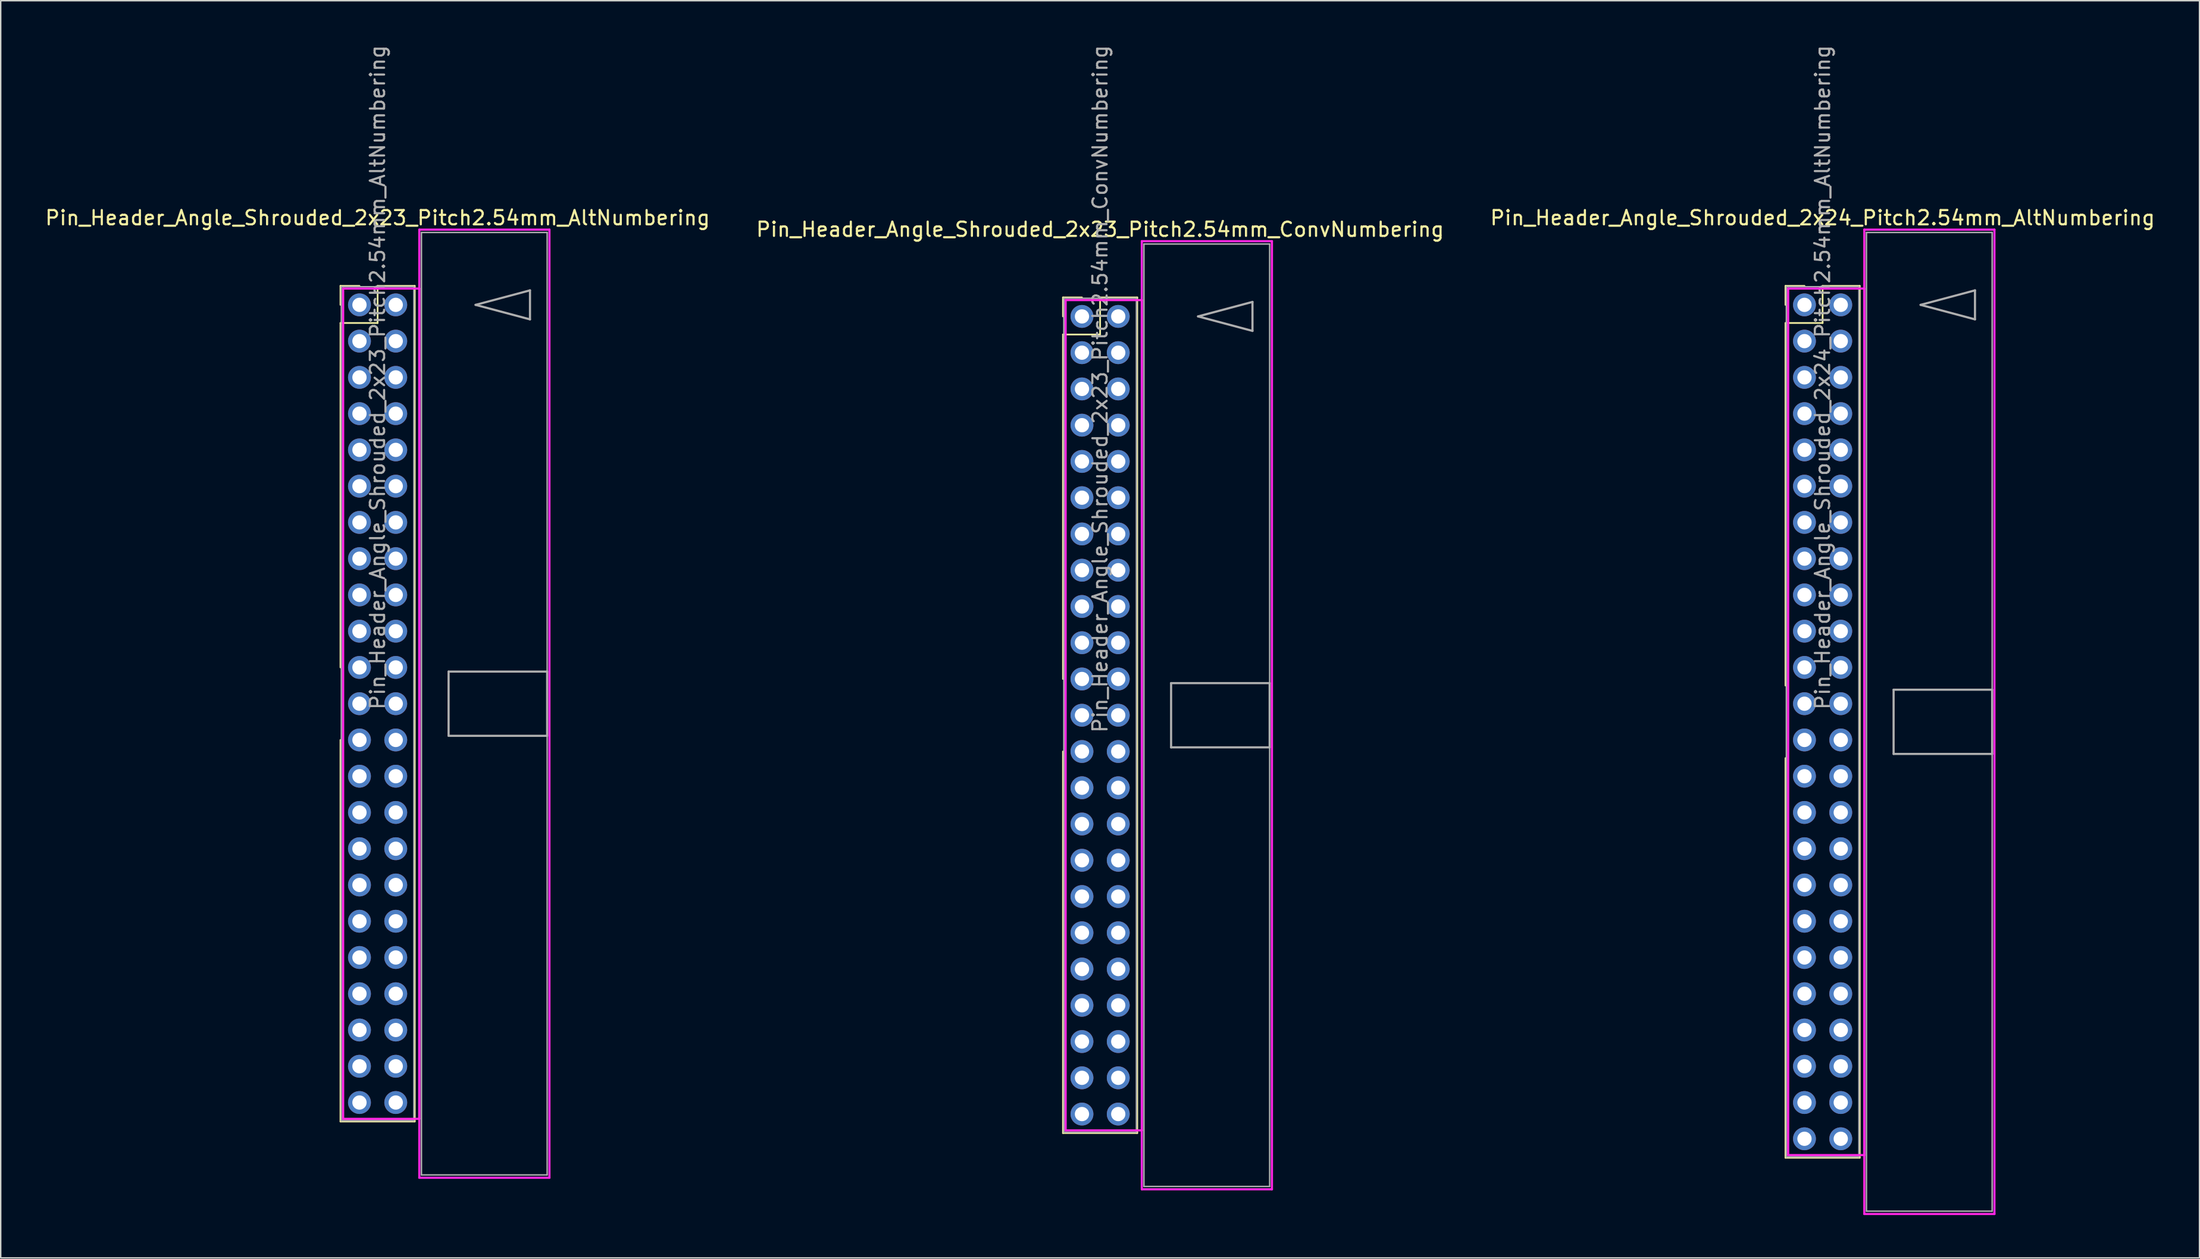
<source format=kicad_pcb>
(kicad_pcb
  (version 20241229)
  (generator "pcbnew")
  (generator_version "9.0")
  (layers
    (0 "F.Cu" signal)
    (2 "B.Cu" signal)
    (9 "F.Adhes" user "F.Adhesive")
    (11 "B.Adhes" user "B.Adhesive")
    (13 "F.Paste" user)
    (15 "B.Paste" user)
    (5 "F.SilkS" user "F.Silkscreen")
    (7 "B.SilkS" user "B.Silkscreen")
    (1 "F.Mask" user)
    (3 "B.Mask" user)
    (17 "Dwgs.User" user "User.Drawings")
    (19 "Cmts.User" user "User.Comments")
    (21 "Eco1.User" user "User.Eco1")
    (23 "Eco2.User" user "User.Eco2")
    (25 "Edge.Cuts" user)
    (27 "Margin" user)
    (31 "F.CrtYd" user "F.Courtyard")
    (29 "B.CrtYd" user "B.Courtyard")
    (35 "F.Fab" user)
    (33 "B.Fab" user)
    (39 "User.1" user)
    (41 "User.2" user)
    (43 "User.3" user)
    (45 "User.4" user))
  (footprint "Pin_Header_Angle_Shrouded_2x24_Pitch2.54mm_AltNumbering"
    (layer "F.Cu")
    (at 123.284 18.307)
    (property "Reference" "Pin_Header_Angle_Shrouded_2x24_Pitch2.54mm_AltNumbering" (at 1.27 -6.096 0) (layer "F.SilkS") (effects (font (size 1 1) (thickness 0.15))))
    (attr through_hole)
    (fp_line (start -1.33 -1.33) (end 0 -1.33) (stroke (width 0.12) (type solid)) (layer "F.SilkS"))
    (fp_line (start -1.33 0) (end -1.33 -1.33) (stroke (width 0.12) (type solid)) (layer "F.SilkS"))
    (fp_line (start -1.33 1.27) (end -1.33 26.67) (stroke (width 0.12) (type solid)) (layer "F.SilkS"))
    (fp_line (start -1.33 1.27) (end 1.27 1.27) (stroke (width 0.12) (type solid)) (layer "F.SilkS"))
    (fp_line (start -1.33 31.75) (end -1.33 59.75) (stroke (width 0.12) (type solid)) (layer "F.SilkS"))
    (fp_line (start -1.33 59.75) (end 3.87 59.75) (stroke (width 0.12) (type solid)) (layer "F.SilkS"))
    (fp_line (start 1.27 -1.33) (end 3.87 -1.33) (stroke (width 0.12) (type solid)) (layer "F.SilkS"))
    (fp_line (start 1.27 1.27) (end 1.27 -1.33) (stroke (width 0.12) (type solid)) (layer "F.SilkS"))
    (fp_line (start 3.87 -1.33) (end 3.87 59.75) (stroke (width 0.12) (type solid)) (layer "F.SilkS"))
    (fp_line (start -1.143 -1.143) (end -1.143 59.563) (stroke (width 0.15) (type solid)) (layer "F.CrtYd"))
    (fp_line (start -1.143 59.563) (end 4.19 59.563) (stroke (width 0.15) (type solid)) (layer "F.CrtYd"))
    (fp_line (start 4.19 -5.27) (end 4.19 63.69) (stroke (width 0.15) (type solid)) (layer "F.CrtYd"))
    (fp_line (start 4.19 -1.143) (end -1.143 -1.143) (stroke (width 0.15) (type solid)) (layer "F.CrtYd"))
    (fp_line (start 4.19 59.563) (end 4.19 -1.143) (stroke (width 0.15) (type solid)) (layer "F.CrtYd"))
    (fp_line (start 4.19 63.69) (end 13.3 63.69) (stroke (width 0.15) (type solid)) (layer "F.CrtYd"))
    (fp_line (start 13.3 -5.27) (end 4.19 -5.27) (stroke (width 0.15) (type solid)) (layer "F.CrtYd"))
    (fp_line (start 13.3 63.69) (end 13.3 -5.27) (stroke (width 0.15) (type solid)) (layer "F.CrtYd"))
    (fp_line (start -1.27 -1.27) (end -1.27 59.69) (stroke (width 0.1) (type solid)) (layer "F.Fab"))
    (fp_line (start -1.27 59.69) (end 3.81 59.69) (stroke (width 0.1) (type solid)) (layer "F.Fab"))
    (fp_line (start 3.81 -1.27) (end -1.27 -1.27) (stroke (width 0.1) (type solid)) (layer "F.Fab"))
    (fp_line (start 3.81 59.69) (end 3.81 -1.27) (stroke (width 0.1) (type solid)) (layer "F.Fab"))
    (fp_line (start 4.34 -5.07) (end 4.34 63.49) (stroke (width 0.1) (type solid)) (layer "F.Fab"))
    (fp_line (start 4.34 63.49) (end 13.14 63.49) (stroke (width 0.1) (type solid)) (layer "F.Fab"))
    (fp_line (start 6.24 26.96) (end 6.24 31.46) (stroke (width 0.15) (type solid)) (layer "F.Fab"))
    (fp_line (start 6.24 31.46) (end 13.14 31.46) (stroke (width 0.15) (type solid)) (layer "F.Fab"))
    (fp_line (start 8.128 0) (end 11.938 -1.016) (stroke (width 0.15) (type solid)) (layer "F.Fab"))
    (fp_line (start 11.938 -1.016) (end 11.938 1.016) (stroke (width 0.15) (type solid)) (layer "F.Fab"))
    (fp_line (start 11.938 1.016) (end 8.128 0) (stroke (width 0.15) (type solid)) (layer "F.Fab"))
    (fp_line (start 13.14 -5.07) (end 4.34 -5.07) (stroke (width 0.1) (type solid)) (layer "F.Fab"))
    (fp_line (start 13.14 26.96) (end 6.24 26.96) (stroke (width 0.15) (type solid)) (layer "F.Fab"))
    (fp_line (start 13.14 31.46) (end 13.14 26.96) (stroke (width 0.15) (type solid)) (layer "F.Fab"))
    (fp_line (start 13.14 63.49) (end 13.14 -5.07) (stroke (width 0.1) (type solid)) (layer "F.Fab"))
    (fp_text user "${REFERENCE}" (at 1.27 5.08 90) (layer "F.Fab") (effects (font (size 1 1) (thickness 0.15))))
    (pad "1" thru_hole oval (at 0 0) (size 1.6 1.6) (drill 1) (layers "*.Cu" "*.Mask"))
    (pad "2" thru_hole oval (at 0 2.54) (size 1.6 1.6) (drill 1) (layers "*.Cu" "*.Mask"))
    (pad "3" thru_hole oval (at 0 5.08) (size 1.6 1.6) (drill 1) (layers "*.Cu" "*.Mask"))
    (pad "4" thru_hole oval (at 0 7.62) (size 1.6 1.6) (drill 1) (layers "*.Cu" "*.Mask"))
    (pad "5" thru_hole oval (at 0 10.16) (size 1.6 1.6) (drill 1) (layers "*.Cu" "*.Mask"))
    (pad "6" thru_hole oval (at 0 12.7) (size 1.6 1.6) (drill 1) (layers "*.Cu" "*.Mask"))
    (pad "7" thru_hole oval (at 0 15.24) (size 1.6 1.6) (drill 1) (layers "*.Cu" "*.Mask"))
    (pad "8" thru_hole oval (at 0 17.78) (size 1.6 1.6) (drill 1) (layers "*.Cu" "*.Mask"))
    (pad "9" thru_hole oval (at 0 20.32) (size 1.6 1.6) (drill 1) (layers "*.Cu" "*.Mask"))
    (pad "10" thru_hole oval (at 0 22.86) (size 1.6 1.6) (drill 1) (layers "*.Cu" "*.Mask"))
    (pad "11" thru_hole oval (at 0 25.4) (size 1.6 1.6) (drill 1) (layers "*.Cu" "*.Mask"))
    (pad "12" thru_hole oval (at 0 27.94) (size 1.6 1.6) (drill 1) (layers "*.Cu" "*.Mask"))
    (pad "13" thru_hole oval (at 0 30.48) (size 1.6 1.6) (drill 1) (layers "*.Cu" "*.Mask"))
    (pad "14" thru_hole oval (at 0 33.02) (size 1.6 1.6) (drill 1) (layers "*.Cu" "*.Mask"))
    (pad "15" thru_hole oval (at 0 35.56) (size 1.6 1.6) (drill 1) (layers "*.Cu" "*.Mask"))
    (pad "16" thru_hole oval (at 0 38.1) (size 1.6 1.6) (drill 1) (layers "*.Cu" "*.Mask"))
    (pad "17" thru_hole oval (at 0 40.64) (size 1.6 1.6) (drill 1) (layers "*.Cu" "*.Mask"))
    (pad "18" thru_hole oval (at 0 43.18) (size 1.6 1.6) (drill 1) (layers "*.Cu" "*.Mask"))
    (pad "19" thru_hole oval (at 0 45.72) (size 1.6 1.6) (drill 1) (layers "*.Cu" "*.Mask"))
    (pad "20" thru_hole oval (at 0 48.26) (size 1.6 1.6) (drill 1) (layers "*.Cu" "*.Mask"))
    (pad "21" thru_hole oval (at 0 50.8) (size 1.6 1.6) (drill 1) (layers "*.Cu" "*.Mask"))
    (pad "22" thru_hole oval (at 0 53.34) (size 1.6 1.6) (drill 1) (layers "*.Cu" "*.Mask"))
    (pad "23" thru_hole oval (at 0 55.88) (size 1.6 1.6) (drill 1) (layers "*.Cu" "*.Mask"))
    (pad "24" thru_hole oval (at 0 58.42) (size 1.6 1.6) (drill 1) (layers "*.Cu" "*.Mask"))
    (pad "25" thru_hole oval (at 2.54 0) (size 1.6 1.6) (drill 1) (layers "*.Cu" "*.Mask"))
    (pad "26" thru_hole oval (at 2.54 2.54) (size 1.6 1.6) (drill 1) (layers "*.Cu" "*.Mask"))
    (pad "27" thru_hole oval (at 2.54 5.08) (size 1.6 1.6) (drill 1) (layers "*.Cu" "*.Mask"))
    (pad "28" thru_hole oval (at 2.54 7.62) (size 1.6 1.6) (drill 1) (layers "*.Cu" "*.Mask"))
    (pad "29" thru_hole oval (at 2.54 10.16) (size 1.6 1.6) (drill 1) (layers "*.Cu" "*.Mask"))
    (pad "30" thru_hole oval (at 2.54 12.7) (size 1.6 1.6) (drill 1) (layers "*.Cu" "*.Mask"))
    (pad "31" thru_hole oval (at 2.54 15.24) (size 1.6 1.6) (drill 1) (layers "*.Cu" "*.Mask"))
    (pad "32" thru_hole oval (at 2.54 17.78) (size 1.6 1.6) (drill 1) (layers "*.Cu" "*.Mask"))
    (pad "33" thru_hole oval (at 2.54 20.32) (size 1.6 1.6) (drill 1) (layers "*.Cu" "*.Mask"))
    (pad "34" thru_hole oval (at 2.54 22.86) (size 1.6 1.6) (drill 1) (layers "*.Cu" "*.Mask"))
    (pad "35" thru_hole oval (at 2.54 25.4) (size 1.6 1.6) (drill 1) (layers "*.Cu" "*.Mask"))
    (pad "36" thru_hole oval (at 2.54 27.94) (size 1.6 1.6) (drill 1) (layers "*.Cu" "*.Mask"))
    (pad "37" thru_hole oval (at 2.54 30.48) (size 1.6 1.6) (drill 1) (layers "*.Cu" "*.Mask"))
    (pad "38" thru_hole oval (at 2.54 33.02) (size 1.6 1.6) (drill 1) (layers "*.Cu" "*.Mask"))
    (pad "39" thru_hole oval (at 2.54 35.56) (size 1.6 1.6) (drill 1) (layers "*.Cu" "*.Mask"))
    (pad "40" thru_hole oval (at 2.54 38.1) (size 1.6 1.6) (drill 1) (layers "*.Cu" "*.Mask"))
    (pad "41" thru_hole oval (at 2.54 40.64) (size 1.6 1.6) (drill 1) (layers "*.Cu" "*.Mask"))
    (pad "42" thru_hole oval (at 2.54 43.18) (size 1.6 1.6) (drill 1) (layers "*.Cu" "*.Mask"))
    (pad "43" thru_hole oval (at 2.54 45.72) (size 1.6 1.6) (drill 1) (layers "*.Cu" "*.Mask"))
    (pad "44" thru_hole oval (at 2.54 48.26) (size 1.6 1.6) (drill 1) (layers "*.Cu" "*.Mask"))
    (pad "45" thru_hole oval (at 2.54 50.8) (size 1.6 1.6) (drill 1) (layers "*.Cu" "*.Mask"))
    (pad "46" thru_hole oval (at 2.54 53.34) (size 1.6 1.6) (drill 1) (layers "*.Cu" "*.Mask"))
    (pad "47" thru_hole oval (at 2.54 55.88) (size 1.6 1.6) (drill 1) (layers "*.Cu" "*.Mask"))
    (pad "48" thru_hole oval (at 2.54 58.42) (size 1.6 1.6) (drill 1) (layers "*.Cu" "*.Mask")))
  (footprint "Pin_Header_Angle_Shrouded_2x23_Pitch2.54mm_AltNumbering"
    (layer "F.Cu")
    (at 22.117 18.307)
    (property "Reference" "Pin_Header_Angle_Shrouded_2x23_Pitch2.54mm_AltNumbering" (at 1.27 -6.096 0) (layer "F.SilkS") (effects (font (size 1 1) (thickness 0.15))))
    (attr through_hole)
    (fp_line (start -1.33 -1.33) (end 0 -1.33) (stroke (width 0.12) (type solid)) (layer "F.SilkS"))
    (fp_line (start -1.33 0) (end -1.33 -1.33) (stroke (width 0.12) (type solid)) (layer "F.SilkS"))
    (fp_line (start -1.33 1.27) (end -1.33 25.4) (stroke (width 0.12) (type solid)) (layer "F.SilkS"))
    (fp_line (start -1.33 1.27) (end 1.27 1.27) (stroke (width 0.12) (type solid)) (layer "F.SilkS"))
    (fp_line (start -1.33 30.48) (end -1.33 57.21) (stroke (width 0.12) (type solid)) (layer "F.SilkS"))
    (fp_line (start -1.33 57.21) (end 3.87 57.21) (stroke (width 0.12) (type solid)) (layer "F.SilkS"))
    (fp_line (start 1.27 -1.33) (end 3.87 -1.33) (stroke (width 0.12) (type solid)) (layer "F.SilkS"))
    (fp_line (start 1.27 1.27) (end 1.27 -1.33) (stroke (width 0.12) (type solid)) (layer "F.SilkS"))
    (fp_line (start 3.87 -1.33) (end 3.87 57.21) (stroke (width 0.12) (type solid)) (layer "F.SilkS"))
    (fp_line (start -1.143 -1.143) (end -1.143 57.023) (stroke (width 0.15) (type solid)) (layer "F.CrtYd"))
    (fp_line (start -1.143 57.023) (end 4.19 57.023) (stroke (width 0.15) (type solid)) (layer "F.CrtYd"))
    (fp_line (start 4.19 -5.27) (end 4.19 61.15) (stroke (width 0.15) (type solid)) (layer "F.CrtYd"))
    (fp_line (start 4.19 -1.143) (end -1.143 -1.143) (stroke (width 0.15) (type solid)) (layer "F.CrtYd"))
    (fp_line (start 4.19 57.023) (end 4.19 -1.143) (stroke (width 0.15) (type solid)) (layer "F.CrtYd"))
    (fp_line (start 4.19 61.15) (end 13.3 61.15) (stroke (width 0.15) (type solid)) (layer "F.CrtYd"))
    (fp_line (start 13.3 -5.27) (end 4.19 -5.27) (stroke (width 0.15) (type solid)) (layer "F.CrtYd"))
    (fp_line (start 13.3 61.15) (end 13.3 -5.27) (stroke (width 0.15) (type solid)) (layer "F.CrtYd"))
    (fp_line (start -1.27 -1.27) (end -1.27 57.15) (stroke (width 0.1) (type solid)) (layer "F.Fab"))
    (fp_line (start -1.27 57.15) (end 3.81 57.15) (stroke (width 0.1) (type solid)) (layer "F.Fab"))
    (fp_line (start 3.81 -1.27) (end -1.27 -1.27) (stroke (width 0.1) (type solid)) (layer "F.Fab"))
    (fp_line (start 3.81 57.15) (end 3.81 -1.27) (stroke (width 0.1) (type solid)) (layer "F.Fab"))
    (fp_line (start 4.34 -5.07) (end 4.34 60.95) (stroke (width 0.1) (type solid)) (layer "F.Fab"))
    (fp_line (start 4.34 60.95) (end 13.14 60.95) (stroke (width 0.1) (type solid)) (layer "F.Fab"))
    (fp_line (start 6.24 25.69) (end 6.24 30.19) (stroke (width 0.15) (type solid)) (layer "F.Fab"))
    (fp_line (start 6.24 30.19) (end 13.14 30.19) (stroke (width 0.15) (type solid)) (layer "F.Fab"))
    (fp_line (start 8.128 0) (end 11.938 -1.016) (stroke (width 0.15) (type solid)) (layer "F.Fab"))
    (fp_line (start 11.938 -1.016) (end 11.938 1.016) (stroke (width 0.15) (type solid)) (layer "F.Fab"))
    (fp_line (start 11.938 1.016) (end 8.128 0) (stroke (width 0.15) (type solid)) (layer "F.Fab"))
    (fp_line (start 13.14 -5.07) (end 4.34 -5.07) (stroke (width 0.1) (type solid)) (layer "F.Fab"))
    (fp_line (start 13.14 25.69) (end 6.24 25.69) (stroke (width 0.15) (type solid)) (layer "F.Fab"))
    (fp_line (start 13.14 30.19) (end 13.14 25.69) (stroke (width 0.15) (type solid)) (layer "F.Fab"))
    (fp_line (start 13.14 60.95) (end 13.14 -5.07) (stroke (width 0.1) (type solid)) (layer "F.Fab"))
    (fp_text user "${REFERENCE}" (at 1.27 5.08 90) (layer "F.Fab") (effects (font (size 1 1) (thickness 0.15))))
    (pad "1" thru_hole oval (at 0 0) (size 1.6 1.6) (drill 1) (layers "*.Cu" "*.Mask"))
    (pad "2" thru_hole oval (at 0 2.54) (size 1.6 1.6) (drill 1) (layers "*.Cu" "*.Mask"))
    (pad "3" thru_hole oval (at 0 5.08) (size 1.6 1.6) (drill 1) (layers "*.Cu" "*.Mask"))
    (pad "4" thru_hole oval (at 0 7.62) (size 1.6 1.6) (drill 1) (layers "*.Cu" "*.Mask"))
    (pad "5" thru_hole oval (at 0 10.16) (size 1.6 1.6) (drill 1) (layers "*.Cu" "*.Mask"))
    (pad "6" thru_hole oval (at 0 12.7) (size 1.6 1.6) (drill 1) (layers "*.Cu" "*.Mask"))
    (pad "7" thru_hole oval (at 0 15.24) (size 1.6 1.6) (drill 1) (layers "*.Cu" "*.Mask"))
    (pad "8" thru_hole oval (at 0 17.78) (size 1.6 1.6) (drill 1) (layers "*.Cu" "*.Mask"))
    (pad "9" thru_hole oval (at 0 20.32) (size 1.6 1.6) (drill 1) (layers "*.Cu" "*.Mask"))
    (pad "10" thru_hole oval (at 0 22.86) (size 1.6 1.6) (drill 1) (layers "*.Cu" "*.Mask"))
    (pad "11" thru_hole oval (at 0 25.4) (size 1.6 1.6) (drill 1) (layers "*.Cu" "*.Mask"))
    (pad "12" thru_hole oval (at 0 27.94) (size 1.6 1.6) (drill 1) (layers "*.Cu" "*.Mask"))
    (pad "13" thru_hole oval (at 0 30.48) (size 1.6 1.6) (drill 1) (layers "*.Cu" "*.Mask"))
    (pad "14" thru_hole oval (at 0 33.02) (size 1.6 1.6) (drill 1) (layers "*.Cu" "*.Mask"))
    (pad "15" thru_hole oval (at 0 35.56) (size 1.6 1.6) (drill 1) (layers "*.Cu" "*.Mask"))
    (pad "16" thru_hole oval (at 0 38.1) (size 1.6 1.6) (drill 1) (layers "*.Cu" "*.Mask"))
    (pad "17" thru_hole oval (at 0 40.64) (size 1.6 1.6) (drill 1) (layers "*.Cu" "*.Mask"))
    (pad "18" thru_hole oval (at 0 43.18) (size 1.6 1.6) (drill 1) (layers "*.Cu" "*.Mask"))
    (pad "19" thru_hole oval (at 0 45.72) (size 1.6 1.6) (drill 1) (layers "*.Cu" "*.Mask"))
    (pad "20" thru_hole oval (at 0 48.26) (size 1.6 1.6) (drill 1) (layers "*.Cu" "*.Mask"))
    (pad "21" thru_hole oval (at 0 50.8) (size 1.6 1.6) (drill 1) (layers "*.Cu" "*.Mask"))
    (pad "22" thru_hole oval (at 0 53.34) (size 1.6 1.6) (drill 1) (layers "*.Cu" "*.Mask"))
    (pad "23" thru_hole oval (at 0 55.88) (size 1.6 1.6) (drill 1) (layers "*.Cu" "*.Mask"))
    (pad "24" thru_hole oval (at 2.54 0) (size 1.6 1.6) (drill 1) (layers "*.Cu" "*.Mask"))
    (pad "25" thru_hole oval (at 2.54 2.54) (size 1.6 1.6) (drill 1) (layers "*.Cu" "*.Mask"))
    (pad "26" thru_hole oval (at 2.54 5.08) (size 1.6 1.6) (drill 1) (layers "*.Cu" "*.Mask"))
    (pad "27" thru_hole oval (at 2.54 7.62) (size 1.6 1.6) (drill 1) (layers "*.Cu" "*.Mask"))
    (pad "28" thru_hole oval (at 2.54 10.16) (size 1.6 1.6) (drill 1) (layers "*.Cu" "*.Mask"))
    (pad "29" thru_hole oval (at 2.54 12.7) (size 1.6 1.6) (drill 1) (layers "*.Cu" "*.Mask"))
    (pad "30" thru_hole oval (at 2.54 15.24) (size 1.6 1.6) (drill 1) (layers "*.Cu" "*.Mask"))
    (pad "31" thru_hole oval (at 2.54 17.78) (size 1.6 1.6) (drill 1) (layers "*.Cu" "*.Mask"))
    (pad "32" thru_hole oval (at 2.54 20.32) (size 1.6 1.6) (drill 1) (layers "*.Cu" "*.Mask"))
    (pad "33" thru_hole oval (at 2.54 22.86) (size 1.6 1.6) (drill 1) (layers "*.Cu" "*.Mask"))
    (pad "34" thru_hole oval (at 2.54 25.4) (size 1.6 1.6) (drill 1) (layers "*.Cu" "*.Mask"))
    (pad "35" thru_hole oval (at 2.54 27.94) (size 1.6 1.6) (drill 1) (layers "*.Cu" "*.Mask"))
    (pad "36" thru_hole oval (at 2.54 30.48) (size 1.6 1.6) (drill 1) (layers "*.Cu" "*.Mask"))
    (pad "37" thru_hole oval (at 2.54 33.02) (size 1.6 1.6) (drill 1) (layers "*.Cu" "*.Mask"))
    (pad "38" thru_hole oval (at 2.54 35.56) (size 1.6 1.6) (drill 1) (layers "*.Cu" "*.Mask"))
    (pad "39" thru_hole oval (at 2.54 38.1) (size 1.6 1.6) (drill 1) (layers "*.Cu" "*.Mask"))
    (pad "40" thru_hole oval (at 2.54 40.64) (size 1.6 1.6) (drill 1) (layers "*.Cu" "*.Mask"))
    (pad "41" thru_hole oval (at 2.54 43.18) (size 1.6 1.6) (drill 1) (layers "*.Cu" "*.Mask"))
    (pad "42" thru_hole oval (at 2.54 45.72) (size 1.6 1.6) (drill 1) (layers "*.Cu" "*.Mask"))
    (pad "43" thru_hole oval (at 2.54 48.26) (size 1.6 1.6) (drill 1) (layers "*.Cu" "*.Mask"))
    (pad "44" thru_hole oval (at 2.54 50.8) (size 1.6 1.6) (drill 1) (layers "*.Cu" "*.Mask"))
    (pad "45" thru_hole oval (at 2.54 53.34) (size 1.6 1.6) (drill 1) (layers "*.Cu" "*.Mask"))
    (pad "46" thru_hole oval (at 2.54 55.88) (size 1.6 1.6) (drill 1) (layers "*.Cu" "*.Mask")))
  (footprint "Pin_Header_Angle_Shrouded_2x23_Pitch2.54mm_ConvNumbering"
    (layer "F.Cu")
    (at 72.7 19.116)
    (property "Reference" "Pin_Header_Angle_Shrouded_2x23_Pitch2.54mm_ConvNumbering" (at 1.27 -6.096 0) (layer "F.SilkS") (effects (font (size 1 1) (thickness 0.15))))
    (attr through_hole)
    (fp_line (start -1.33 -1.33) (end 0 -1.33) (stroke (width 0.12) (type solid)) (layer "F.SilkS"))
    (fp_line (start -1.33 0) (end -1.33 -1.33) (stroke (width 0.12) (type solid)) (layer "F.SilkS"))
    (fp_line (start -1.33 1.27) (end -1.33 25.4) (stroke (width 0.12) (type solid)) (layer "F.SilkS"))
    (fp_line (start -1.33 1.27) (end 1.27 1.27) (stroke (width 0.12) (type solid)) (layer "F.SilkS"))
    (fp_line (start -1.33 30.48) (end -1.33 57.21) (stroke (width 0.12) (type solid)) (layer "F.SilkS"))
    (fp_line (start -1.33 57.21) (end 3.87 57.21) (stroke (width 0.12) (type solid)) (layer "F.SilkS"))
    (fp_line (start 1.27 -1.33) (end 3.87 -1.33) (stroke (width 0.12) (type solid)) (layer "F.SilkS"))
    (fp_line (start 1.27 1.27) (end 1.27 -1.33) (stroke (width 0.12) (type solid)) (layer "F.SilkS"))
    (fp_line (start 3.87 -1.33) (end 3.87 57.21) (stroke (width 0.12) (type solid)) (layer "F.SilkS"))
    (fp_line (start -1.143 -1.143) (end -1.143 57.023) (stroke (width 0.15) (type solid)) (layer "F.CrtYd"))
    (fp_line (start -1.143 57.023) (end 4.19 57.023) (stroke (width 0.15) (type solid)) (layer "F.CrtYd"))
    (fp_line (start 4.19 -5.27) (end 4.19 61.15) (stroke (width 0.15) (type solid)) (layer "F.CrtYd"))
    (fp_line (start 4.19 -1.143) (end -1.143 -1.143) (stroke (width 0.15) (type solid)) (layer "F.CrtYd"))
    (fp_line (start 4.19 57.023) (end 4.19 -1.143) (stroke (width 0.15) (type solid)) (layer "F.CrtYd"))
    (fp_line (start 4.19 61.15) (end 13.3 61.15) (stroke (width 0.15) (type solid)) (layer "F.CrtYd"))
    (fp_line (start 13.3 -5.27) (end 4.19 -5.27) (stroke (width 0.15) (type solid)) (layer "F.CrtYd"))
    (fp_line (start 13.3 61.15) (end 13.3 -5.27) (stroke (width 0.15) (type solid)) (layer "F.CrtYd"))
    (fp_line (start -1.27 -1.27) (end -1.27 57.15) (stroke (width 0.1) (type solid)) (layer "F.Fab"))
    (fp_line (start -1.27 57.15) (end 3.81 57.15) (stroke (width 0.1) (type solid)) (layer "F.Fab"))
    (fp_line (start 3.81 -1.27) (end -1.27 -1.27) (stroke (width 0.1) (type solid)) (layer "F.Fab"))
    (fp_line (start 3.81 57.15) (end 3.81 -1.27) (stroke (width 0.1) (type solid)) (layer "F.Fab"))
    (fp_line (start 4.34 -5.07) (end 4.34 60.95) (stroke (width 0.1) (type solid)) (layer "F.Fab"))
    (fp_line (start 4.34 60.95) (end 13.14 60.95) (stroke (width 0.1) (type solid)) (layer "F.Fab"))
    (fp_line (start 6.24 25.69) (end 6.24 30.19) (stroke (width 0.15) (type solid)) (layer "F.Fab"))
    (fp_line (start 6.24 30.19) (end 13.14 30.19) (stroke (width 0.15) (type solid)) (layer "F.Fab"))
    (fp_line (start 8.128 0) (end 11.938 -1.016) (stroke (width 0.15) (type solid)) (layer "F.Fab"))
    (fp_line (start 11.938 -1.016) (end 11.938 1.016) (stroke (width 0.15) (type solid)) (layer "F.Fab"))
    (fp_line (start 11.938 1.016) (end 8.128 0) (stroke (width 0.15) (type solid)) (layer "F.Fab"))
    (fp_line (start 13.14 -5.07) (end 4.34 -5.07) (stroke (width 0.1) (type solid)) (layer "F.Fab"))
    (fp_line (start 13.14 25.69) (end 6.24 25.69) (stroke (width 0.15) (type solid)) (layer "F.Fab"))
    (fp_line (start 13.14 30.19) (end 13.14 25.69) (stroke (width 0.15) (type solid)) (layer "F.Fab"))
    (fp_line (start 13.14 60.95) (end 13.14 -5.07) (stroke (width 0.1) (type solid)) (layer "F.Fab"))
    (fp_text user "${REFERENCE}" (at 1.27 5.08 90) (layer "F.Fab") (effects (font (size 1 1) (thickness 0.15))))
    (pad "1" thru_hole oval (at 0 0) (size 1.6 1.6) (drill 1) (layers "*.Cu" "*.Mask"))
    (pad "2" thru_hole oval (at 2.54 0) (size 1.6 1.6) (drill 1) (layers "*.Cu" "*.Mask"))
    (pad "3" thru_hole oval (at 0 2.54) (size 1.6 1.6) (drill 1) (layers "*.Cu" "*.Mask"))
    (pad "4" thru_hole oval (at 2.54 2.54) (size 1.6 1.6) (drill 1) (layers "*.Cu" "*.Mask"))
    (pad "5" thru_hole oval (at 0 5.08) (size 1.6 1.6) (drill 1) (layers "*.Cu" "*.Mask"))
    (pad "6" thru_hole oval (at 2.54 5.08) (size 1.6 1.6) (drill 1) (layers "*.Cu" "*.Mask"))
    (pad "7" thru_hole oval (at 0 7.62) (size 1.6 1.6) (drill 1) (layers "*.Cu" "*.Mask"))
    (pad "8" thru_hole oval (at 2.54 7.62) (size 1.6 1.6) (drill 1) (layers "*.Cu" "*.Mask"))
    (pad "9" thru_hole oval (at 0 10.16) (size 1.6 1.6) (drill 1) (layers "*.Cu" "*.Mask"))
    (pad "10" thru_hole oval (at 2.54 10.16) (size 1.6 1.6) (drill 1) (layers "*.Cu" "*.Mask"))
    (pad "11" thru_hole oval (at 0 12.7) (size 1.6 1.6) (drill 1) (layers "*.Cu" "*.Mask"))
    (pad "12" thru_hole oval (at 2.54 12.7) (size 1.6 1.6) (drill 1) (layers "*.Cu" "*.Mask"))
    (pad "13" thru_hole oval (at 0 15.24) (size 1.6 1.6) (drill 1) (layers "*.Cu" "*.Mask"))
    (pad "14" thru_hole oval (at 2.54 15.24) (size 1.6 1.6) (drill 1) (layers "*.Cu" "*.Mask"))
    (pad "15" thru_hole oval (at 0 17.78) (size 1.6 1.6) (drill 1) (layers "*.Cu" "*.Mask"))
    (pad "16" thru_hole oval (at 2.54 17.78) (size 1.6 1.6) (drill 1) (layers "*.Cu" "*.Mask"))
    (pad "17" thru_hole oval (at 0 20.32) (size 1.6 1.6) (drill 1) (layers "*.Cu" "*.Mask"))
    (pad "18" thru_hole oval (at 2.54 20.32) (size 1.6 1.6) (drill 1) (layers "*.Cu" "*.Mask"))
    (pad "19" thru_hole oval (at 0 22.86) (size 1.6 1.6) (drill 1) (layers "*.Cu" "*.Mask"))
    (pad "20" thru_hole oval (at 2.54 22.86) (size 1.6 1.6) (drill 1) (layers "*.Cu" "*.Mask"))
    (pad "21" thru_hole oval (at 0 25.4) (size 1.6 1.6) (drill 1) (layers "*.Cu" "*.Mask"))
    (pad "22" thru_hole oval (at 2.54 25.4) (size 1.6 1.6) (drill 1) (layers "*.Cu" "*.Mask"))
    (pad "23" thru_hole oval (at 0 27.94) (size 1.6 1.6) (drill 1) (layers "*.Cu" "*.Mask"))
    (pad "24" thru_hole oval (at 2.54 27.94) (size 1.6 1.6) (drill 1) (layers "*.Cu" "*.Mask"))
    (pad "25" thru_hole oval (at 0 30.48) (size 1.6 1.6) (drill 1) (layers "*.Cu" "*.Mask"))
    (pad "26" thru_hole oval (at 2.54 30.48) (size 1.6 1.6) (drill 1) (layers "*.Cu" "*.Mask"))
    (pad "27" thru_hole oval (at 0 33.02) (size 1.6 1.6) (drill 1) (layers "*.Cu" "*.Mask"))
    (pad "28" thru_hole oval (at 2.54 33.02) (size 1.6 1.6) (drill 1) (layers "*.Cu" "*.Mask"))
    (pad "29" thru_hole oval (at 0 35.56) (size 1.6 1.6) (drill 1) (layers "*.Cu" "*.Mask"))
    (pad "30" thru_hole oval (at 2.54 35.56) (size 1.6 1.6) (drill 1) (layers "*.Cu" "*.Mask"))
    (pad "31" thru_hole oval (at 0 38.1) (size 1.6 1.6) (drill 1) (layers "*.Cu" "*.Mask"))
    (pad "32" thru_hole oval (at 2.54 38.1) (size 1.6 1.6) (drill 1) (layers "*.Cu" "*.Mask"))
    (pad "33" thru_hole oval (at 0 40.64) (size 1.6 1.6) (drill 1) (layers "*.Cu" "*.Mask"))
    (pad "34" thru_hole oval (at 2.54 40.64) (size 1.6 1.6) (drill 1) (layers "*.Cu" "*.Mask"))
    (pad "35" thru_hole oval (at 0 43.18) (size 1.6 1.6) (drill 1) (layers "*.Cu" "*.Mask"))
    (pad "36" thru_hole oval (at 2.54 43.18) (size 1.6 1.6) (drill 1) (layers "*.Cu" "*.Mask"))
    (pad "37" thru_hole oval (at 0 45.72) (size 1.6 1.6) (drill 1) (layers "*.Cu" "*.Mask"))
    (pad "38" thru_hole oval (at 2.54 45.72) (size 1.6 1.6) (drill 1) (layers "*.Cu" "*.Mask"))
    (pad "39" thru_hole oval (at 0 48.26) (size 1.6 1.6) (drill 1) (layers "*.Cu" "*.Mask"))
    (pad "40" thru_hole oval (at 2.54 48.26) (size 1.6 1.6) (drill 1) (layers "*.Cu" "*.Mask"))
    (pad "41" thru_hole oval (at 0 50.8) (size 1.6 1.6) (drill 1) (layers "*.Cu" "*.Mask"))
    (pad "42" thru_hole oval (at 2.54 50.8) (size 1.6 1.6) (drill 1) (layers "*.Cu" "*.Mask"))
    (pad "43" thru_hole oval (at 0 53.34) (size 1.6 1.6) (drill 1) (layers "*.Cu" "*.Mask"))
    (pad "44" thru_hole oval (at 2.54 53.34) (size 1.6 1.6) (drill 1) (layers "*.Cu" "*.Mask"))
    (pad "45" thru_hole oval (at 0 55.88) (size 1.6 1.6) (drill 1) (layers "*.Cu" "*.Mask"))
    (pad "46" thru_hole oval (at 2.54 55.88) (size 1.6 1.6) (drill 1) (layers "*.Cu" "*.Mask")))
  (gr_rect
    (start -3 -3)
    (end 150.94 85.072)
    (stroke (width 0.1) (type default))
    (fill no)
    (layer "Edge.Cuts")))
</source>
